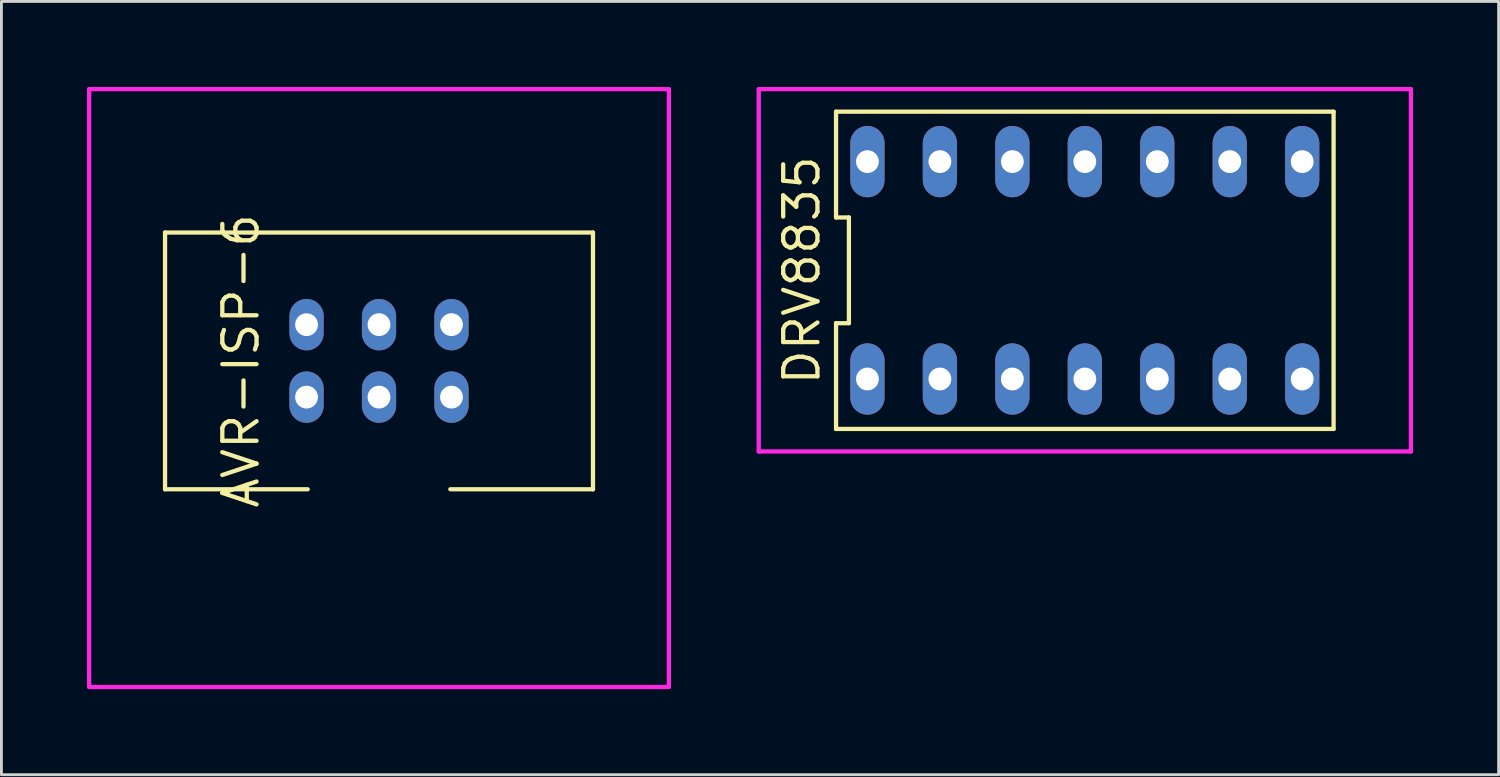
<source format=kicad_pcb>
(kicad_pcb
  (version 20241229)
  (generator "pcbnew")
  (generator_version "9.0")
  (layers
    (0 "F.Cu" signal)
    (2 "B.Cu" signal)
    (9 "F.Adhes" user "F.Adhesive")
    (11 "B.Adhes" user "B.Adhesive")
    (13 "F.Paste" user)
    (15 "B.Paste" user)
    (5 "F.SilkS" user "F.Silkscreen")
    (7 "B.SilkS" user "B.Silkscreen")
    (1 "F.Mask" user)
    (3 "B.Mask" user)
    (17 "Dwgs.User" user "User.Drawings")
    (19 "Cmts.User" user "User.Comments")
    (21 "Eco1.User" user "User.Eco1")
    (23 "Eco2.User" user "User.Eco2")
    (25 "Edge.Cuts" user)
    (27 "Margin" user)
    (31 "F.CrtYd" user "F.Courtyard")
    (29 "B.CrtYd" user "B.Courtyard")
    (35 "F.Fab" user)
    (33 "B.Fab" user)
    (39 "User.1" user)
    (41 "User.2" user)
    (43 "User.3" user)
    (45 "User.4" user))
  (footprint "DRV8835"
    (layer "F.Cu")
    (at 34.975 6.425)
    (property "Reference" "DRV8835" (at -9.92 0 90) (layer "F.SilkS") (effects (font (size 1.2 1.2) (thickness 0.15))))
    (attr through_hole)
    (fp_line (start -8.72 -5.56) (end -8.72 -1.853) (stroke (width 0.15) (type solid)) (layer "F.SilkS"))
    (fp_line (start -8.72 -1.853) (end -8.27 -1.853) (stroke (width 0.15) (type solid)) (layer "F.SilkS"))
    (fp_line (start -8.72 1.853) (end -8.72 5.56) (stroke (width 0.15) (type solid)) (layer "F.SilkS"))
    (fp_line (start -8.72 5.56) (end 8.72 5.56) (stroke (width 0.15) (type solid)) (layer "F.SilkS"))
    (fp_line (start -8.27 -1.853) (end -8.27 1.853) (stroke (width 0.15) (type solid)) (layer "F.SilkS"))
    (fp_line (start -8.27 1.853) (end -8.72 1.853) (stroke (width 0.15) (type solid)) (layer "F.SilkS"))
    (fp_line (start 8.72 -5.56) (end -8.72 -5.56) (stroke (width 0.15) (type solid)) (layer "F.SilkS"))
    (fp_line (start 8.72 5.56) (end 8.72 -5.56) (stroke (width 0.15) (type solid)) (layer "F.SilkS"))
    (fp_line (start -11.43 -6.35) (end 11.43 -6.35) (stroke (width 0.15) (type solid)) (layer "F.CrtYd"))
    (fp_line (start -11.43 6.35) (end -11.43 -6.35) (stroke (width 0.15) (type solid)) (layer "F.CrtYd"))
    (fp_line (start 11.43 -6.35) (end 11.43 6.35) (stroke (width 0.15) (type solid)) (layer "F.CrtYd"))
    (fp_line (start 11.43 6.35) (end -11.43 6.35) (stroke (width 0.15) (type solid)) (layer "F.CrtYd"))
    (pad "1" thru_hole oval (at -7.62 3.81) (size 1.2 2.5) (drill 0.8) (layers "*.Cu" "*.Mask"))
    (pad "2" thru_hole oval (at -5.08 3.81) (size 1.2 2.5) (drill 0.8) (layers "*.Cu" "*.Mask"))
    (pad "3" thru_hole oval (at -2.54 3.81) (size 1.2 2.5) (drill 0.8) (layers "*.Cu" "*.Mask"))
    (pad "4" thru_hole oval (at 0 3.81) (size 1.2 2.5) (drill 0.8) (layers "*.Cu" "*.Mask"))
    (pad "5" thru_hole oval (at 2.54 3.81) (size 1.2 2.5) (drill 0.8) (layers "*.Cu" "*.Mask"))
    (pad "6" thru_hole oval (at 5.08 3.81) (size 1.2 2.5) (drill 0.8) (layers "*.Cu" "*.Mask"))
    (pad "7" thru_hole oval (at 7.62 3.81) (size 1.2 2.5) (drill 0.8) (layers "*.Cu" "*.Mask"))
    (pad "8" thru_hole oval (at 7.62 -3.81) (size 1.2 2.5) (drill 0.8) (layers "*.Cu" "*.Mask"))
    (pad "9" thru_hole oval (at 5.08 -3.81) (size 1.2 2.5) (drill 0.8) (layers "*.Cu" "*.Mask"))
    (pad "10" thru_hole oval (at 2.54 -3.81) (size 1.2 2.5) (drill 0.8) (layers "*.Cu" "*.Mask"))
    (pad "11" thru_hole oval (at 0 -3.81) (size 1.2 2.5) (drill 0.8) (layers "*.Cu" "*.Mask"))
    (pad "12" thru_hole oval (at -2.54 -3.81) (size 1.2 2.5) (drill 0.8) (layers "*.Cu" "*.Mask"))
    (pad "13" thru_hole oval (at -5.08 -3.81) (size 1.2 2.5) (drill 0.8) (layers "*.Cu" "*.Mask"))
    (pad "14" thru_hole oval (at -7.62 -3.81) (size 1.2 2.5) (drill 0.8) (layers "*.Cu" "*.Mask")))
  (footprint "AVR-ISP-6"
    (layer "F.Cu")
    (at 10.235 9.6)
    (property "Reference" "AVR-ISP-6" (at -4.84 0 90) (layer "F.SilkS") (effects (font (size 1.2 1.2) (thickness 0.15))))
    (attr through_hole)
    (fp_line (start -7.5 4.5) (end -7.5 -4.5) (stroke (width 0.15) (type solid)) (layer "F.SilkS"))
    (fp_line (start -2.5 4.5) (end -7.5 4.5) (stroke (width 0.15) (type solid)) (layer "F.SilkS"))
    (fp_line (start 7.5 -4.5) (end -7.5 -4.5) (stroke (width 0.15) (type solid)) (layer "F.SilkS"))
    (fp_line (start 7.5 4.5) (end 2.5 4.5) (stroke (width 0.15) (type solid)) (layer "F.SilkS"))
    (fp_line (start 7.5 4.5) (end 7.5 -4.5) (stroke (width 0.15) (type solid)) (layer "F.SilkS"))
    (fp_line (start -10.16 -9.525) (end 10.16 -9.525) (stroke (width 0.15) (type solid)) (layer "F.CrtYd"))
    (fp_line (start -10.16 11.43) (end -10.16 -9.525) (stroke (width 0.15) (type solid)) (layer "F.CrtYd"))
    (fp_line (start 10.16 -9.525) (end 10.16 11.43) (stroke (width 0.15) (type solid)) (layer "F.CrtYd"))
    (fp_line (start 10.16 11.43) (end -10.16 11.43) (stroke (width 0.15) (type solid)) (layer "F.CrtYd"))
    (pad "1" thru_hole oval (at -2.54 1.27) (size 1.2 1.8) (drill 0.8) (layers "*.Cu" "*.Mask"))
    (pad "2" thru_hole oval (at -2.54 -1.27) (size 1.2 1.8) (drill 0.8) (layers "*.Cu" "*.Mask"))
    (pad "3" thru_hole oval (at 0 1.27) (size 1.2 1.8) (drill 0.8) (layers "*.Cu" "*.Mask"))
    (pad "4" thru_hole oval (at 0 -1.27) (size 1.2 1.8) (drill 0.8) (layers "*.Cu" "*.Mask"))
    (pad "5" thru_hole oval (at 2.54 1.27) (size 1.2 1.8) (drill 0.8) (layers "*.Cu" "*.Mask"))
    (pad "6" thru_hole oval (at 2.54 -1.27) (size 1.2 1.8) (drill 0.8) (layers "*.Cu" "*.Mask")))
  (gr_rect
    (start -3 -3)
    (end 49.48 24.105)
    (stroke (width 0.1) (type default))
    (fill no)
    (layer "Edge.Cuts")))
</source>
